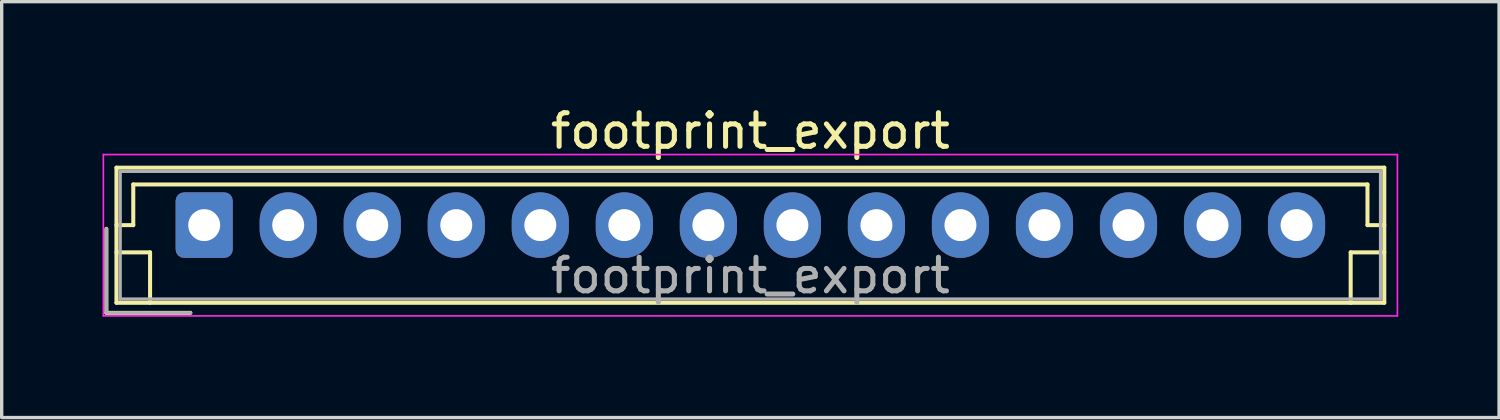
<source format=kicad_pcb>
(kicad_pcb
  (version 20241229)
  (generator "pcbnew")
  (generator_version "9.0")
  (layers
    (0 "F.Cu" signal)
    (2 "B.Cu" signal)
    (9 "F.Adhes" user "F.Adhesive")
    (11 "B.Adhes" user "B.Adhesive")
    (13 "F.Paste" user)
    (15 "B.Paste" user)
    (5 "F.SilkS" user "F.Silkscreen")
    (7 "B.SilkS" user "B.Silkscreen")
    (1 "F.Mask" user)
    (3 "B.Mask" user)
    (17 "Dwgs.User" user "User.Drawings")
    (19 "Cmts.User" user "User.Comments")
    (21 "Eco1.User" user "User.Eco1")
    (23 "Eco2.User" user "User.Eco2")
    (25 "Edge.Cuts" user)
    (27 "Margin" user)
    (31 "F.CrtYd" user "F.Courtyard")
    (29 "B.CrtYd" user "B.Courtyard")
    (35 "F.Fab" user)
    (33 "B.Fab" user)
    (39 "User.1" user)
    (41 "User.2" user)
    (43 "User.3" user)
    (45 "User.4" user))
  (footprint "footprint_export"
    (layer "F.Cu")
    (at 3.025 3.648)
    (property "Reference" "footprint_export" (at 16.25 -2.8 0) (layer "F.SilkS") (effects (font (size 1 1) (thickness 0.15))))
    (attr through_hole)
    (fp_line (start -2.91 0.11) (end -2.91 2.61) (stroke (width 0.12) (type solid)) (layer "F.SilkS"))
    (fp_line (start -2.91 2.61) (end -0.41 2.61) (stroke (width 0.12) (type solid)) (layer "F.SilkS"))
    (fp_line (start -2.61 -1.71) (end -2.61 2.31) (stroke (width 0.12) (type solid)) (layer "F.SilkS"))
    (fp_line (start -2.61 0) (end -2.11 0) (stroke (width 0.12) (type solid)) (layer "F.SilkS"))
    (fp_line (start -2.61 0.81) (end -1.61 0.81) (stroke (width 0.12) (type solid)) (layer "F.SilkS"))
    (fp_line (start -2.61 2.31) (end 35.11 2.31) (stroke (width 0.12) (type solid)) (layer "F.SilkS"))
    (fp_line (start -2.11 -1.21) (end 34.61 -1.21) (stroke (width 0.12) (type solid)) (layer "F.SilkS"))
    (fp_line (start -2.11 0) (end -2.11 -1.21) (stroke (width 0.12) (type solid)) (layer "F.SilkS"))
    (fp_line (start -1.61 0.81) (end -1.61 2.31) (stroke (width 0.12) (type solid)) (layer "F.SilkS"))
    (fp_line (start 34.11 0.81) (end 34.11 2.31) (stroke (width 0.12) (type solid)) (layer "F.SilkS"))
    (fp_line (start 34.61 -1.21) (end 34.61 0) (stroke (width 0.12) (type solid)) (layer "F.SilkS"))
    (fp_line (start 34.61 0) (end 35.11 0) (stroke (width 0.12) (type solid)) (layer "F.SilkS"))
    (fp_line (start 35.11 -1.71) (end -2.61 -1.71) (stroke (width 0.12) (type solid)) (layer "F.SilkS"))
    (fp_line (start 35.11 0.81) (end 34.11 0.81) (stroke (width 0.12) (type solid)) (layer "F.SilkS"))
    (fp_line (start 35.11 2.31) (end 35.11 -1.71) (stroke (width 0.12) (type solid)) (layer "F.SilkS"))
    (fp_line (start -3 -2.1) (end -3 2.7) (stroke (width 0.05) (type solid)) (layer "F.CrtYd"))
    (fp_line (start -3 2.7) (end 35.5 2.7) (stroke (width 0.05) (type solid)) (layer "F.CrtYd"))
    (fp_line (start 35.5 -2.1) (end -3 -2.1) (stroke (width 0.05) (type solid)) (layer "F.CrtYd"))
    (fp_line (start 35.5 2.7) (end 35.5 -2.1) (stroke (width 0.05) (type solid)) (layer "F.CrtYd"))
    (fp_line (start -2.91 0.11) (end -2.91 2.61) (stroke (width 0.1) (type solid)) (layer "F.Fab"))
    (fp_line (start -2.91 2.61) (end -0.41 2.61) (stroke (width 0.1) (type solid)) (layer "F.Fab"))
    (fp_line (start -2.5 -1.6) (end -2.5 2.2) (stroke (width 0.1) (type solid)) (layer "F.Fab"))
    (fp_line (start -2.5 2.2) (end 35 2.2) (stroke (width 0.1) (type solid)) (layer "F.Fab"))
    (fp_line (start 35 -1.6) (end -2.5 -1.6) (stroke (width 0.1) (type solid)) (layer "F.Fab"))
    (fp_line (start 35 2.2) (end 35 -1.6) (stroke (width 0.1) (type solid)) (layer "F.Fab"))
    (fp_text user "${REFERENCE}" (at 16.25 1.5 0) (layer "F.Fab") (effects (font (size 1 1) (thickness 0.15))))
    (pad "1" thru_hole roundrect (at 0 0) (size 1.7 1.95) (drill 0.95) (layers "*.Cu" "*.Mask") (roundrect_rratio 0.147))
    (pad "2" thru_hole oval (at 2.5 0) (size 1.7 1.95) (drill 0.95) (layers "*.Cu" "*.Mask"))
    (pad "3" thru_hole oval (at 5 0) (size 1.7 1.95) (drill 0.95) (layers "*.Cu" "*.Mask"))
    (pad "4" thru_hole oval (at 7.5 0) (size 1.7 1.95) (drill 0.95) (layers "*.Cu" "*.Mask"))
    (pad "5" thru_hole oval (at 10 0) (size 1.7 1.95) (drill 0.95) (layers "*.Cu" "*.Mask"))
    (pad "6" thru_hole oval (at 12.5 0) (size 1.7 1.95) (drill 0.95) (layers "*.Cu" "*.Mask"))
    (pad "7" thru_hole oval (at 15 0) (size 1.7 1.95) (drill 0.95) (layers "*.Cu" "*.Mask"))
    (pad "8" thru_hole oval (at 17.5 0) (size 1.7 1.95) (drill 0.95) (layers "*.Cu" "*.Mask"))
    (pad "9" thru_hole oval (at 20 0) (size 1.7 1.95) (drill 0.95) (layers "*.Cu" "*.Mask"))
    (pad "10" thru_hole oval (at 22.5 0) (size 1.7 1.95) (drill 0.95) (layers "*.Cu" "*.Mask"))
    (pad "11" thru_hole oval (at 25 0) (size 1.7 1.95) (drill 0.95) (layers "*.Cu" "*.Mask"))
    (pad "12" thru_hole oval (at 27.5 0) (size 1.7 1.95) (drill 0.95) (layers "*.Cu" "*.Mask"))
    (pad "13" thru_hole oval (at 30 0) (size 1.7 1.95) (drill 0.95) (layers "*.Cu" "*.Mask"))
    (pad "14" thru_hole oval (at 32.5 0) (size 1.7 1.95) (drill 0.95) (layers "*.Cu" "*.Mask")))
  (gr_rect
    (start -3 -3)
    (end 41.55 9.373)
    (stroke (width 0.1) (type default))
    (fill no)
    (layer "Edge.Cuts")))
</source>
